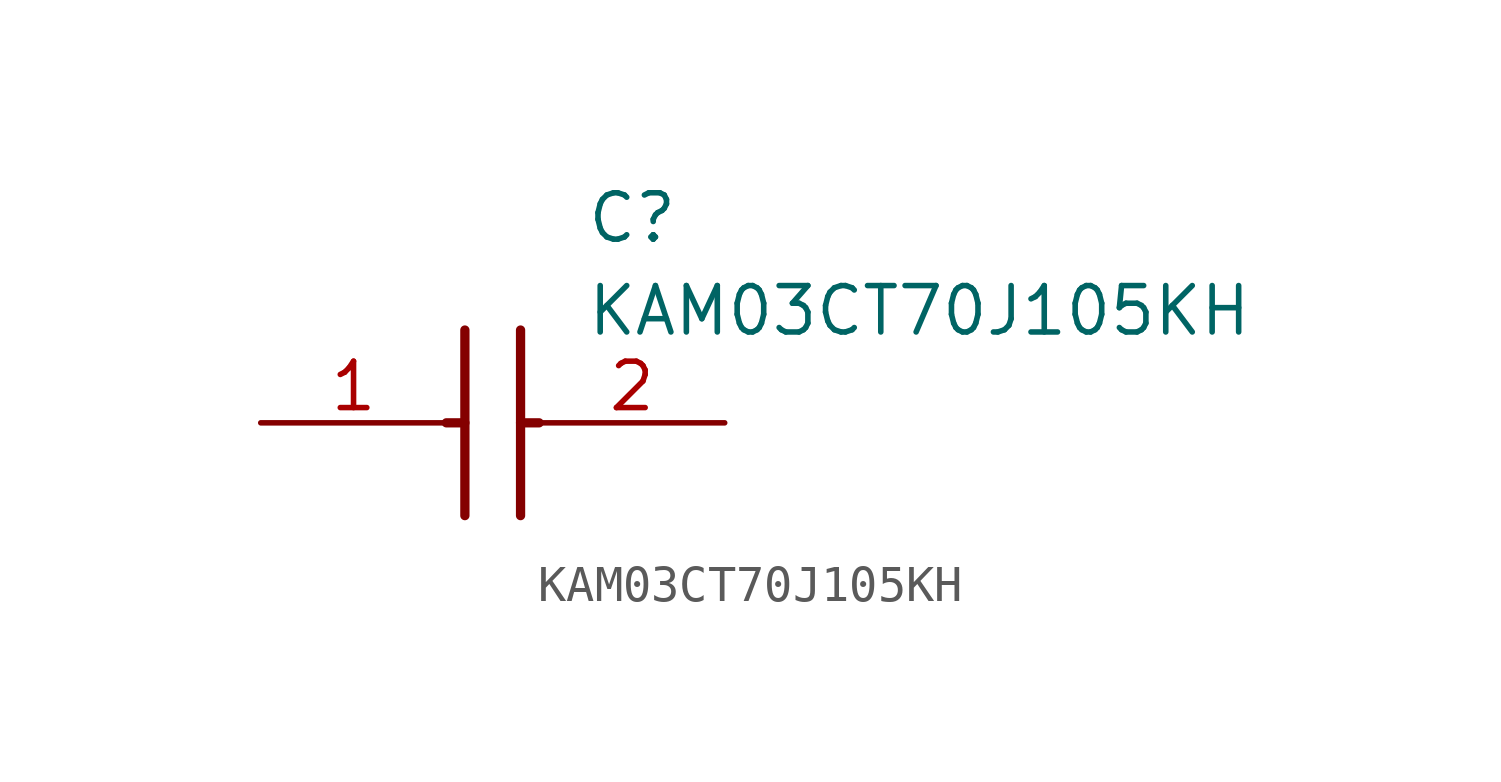
<source format=kicad_sym>
(kicad_symbol_lib
  (version 20211014)
  (generator SamacSys_ECAD_Model)
  (symbol "KAM03CT70J105KH"
    (pin_names hide)
    (property "Reference" "C"
      (at 8.89 6.35 0)
      (effects (font (size 1.27 1.27)) (justify left top)))
    (property "Value" "KAM03CT70J105KH"
      (at 8.89 3.81 0)
      (effects (font (size 1.27 1.27)) (justify left top)))
    (polyline
      (pts (xy 5.588 2.54) (xy 5.588 -2.54))
      (stroke (width 0.254) (type default))
      (fill (type none)))
    (polyline
      (pts (xy 7.112 2.54) (xy 7.112 -2.54))
      (stroke (width 0.254) (type default))
      (fill (type none)))
    (polyline
      (pts (xy 5.08 0) (xy 5.588 0))
      (stroke (width 0.254) (type default))
      (fill (type none)))
    (polyline
      (pts (xy 7.112 0) (xy 7.62 0))
      (stroke (width 0.254) (type default))
      (fill (type none)))
    (pin passive line
      (at 0 0 0)
      (length 5.08)
      (name "1" (effects (font (size 1.27 1.27))))
      (number "1" (effects (font (size 1.27 1.27)))))
    (pin passive line
      (at 12.7 0 180)
      (length 5.08)
      (name "2" (effects (font (size 1.27 1.27))))
      (number "2" (effects (font (size 1.27 1.27)))))))
</source>
